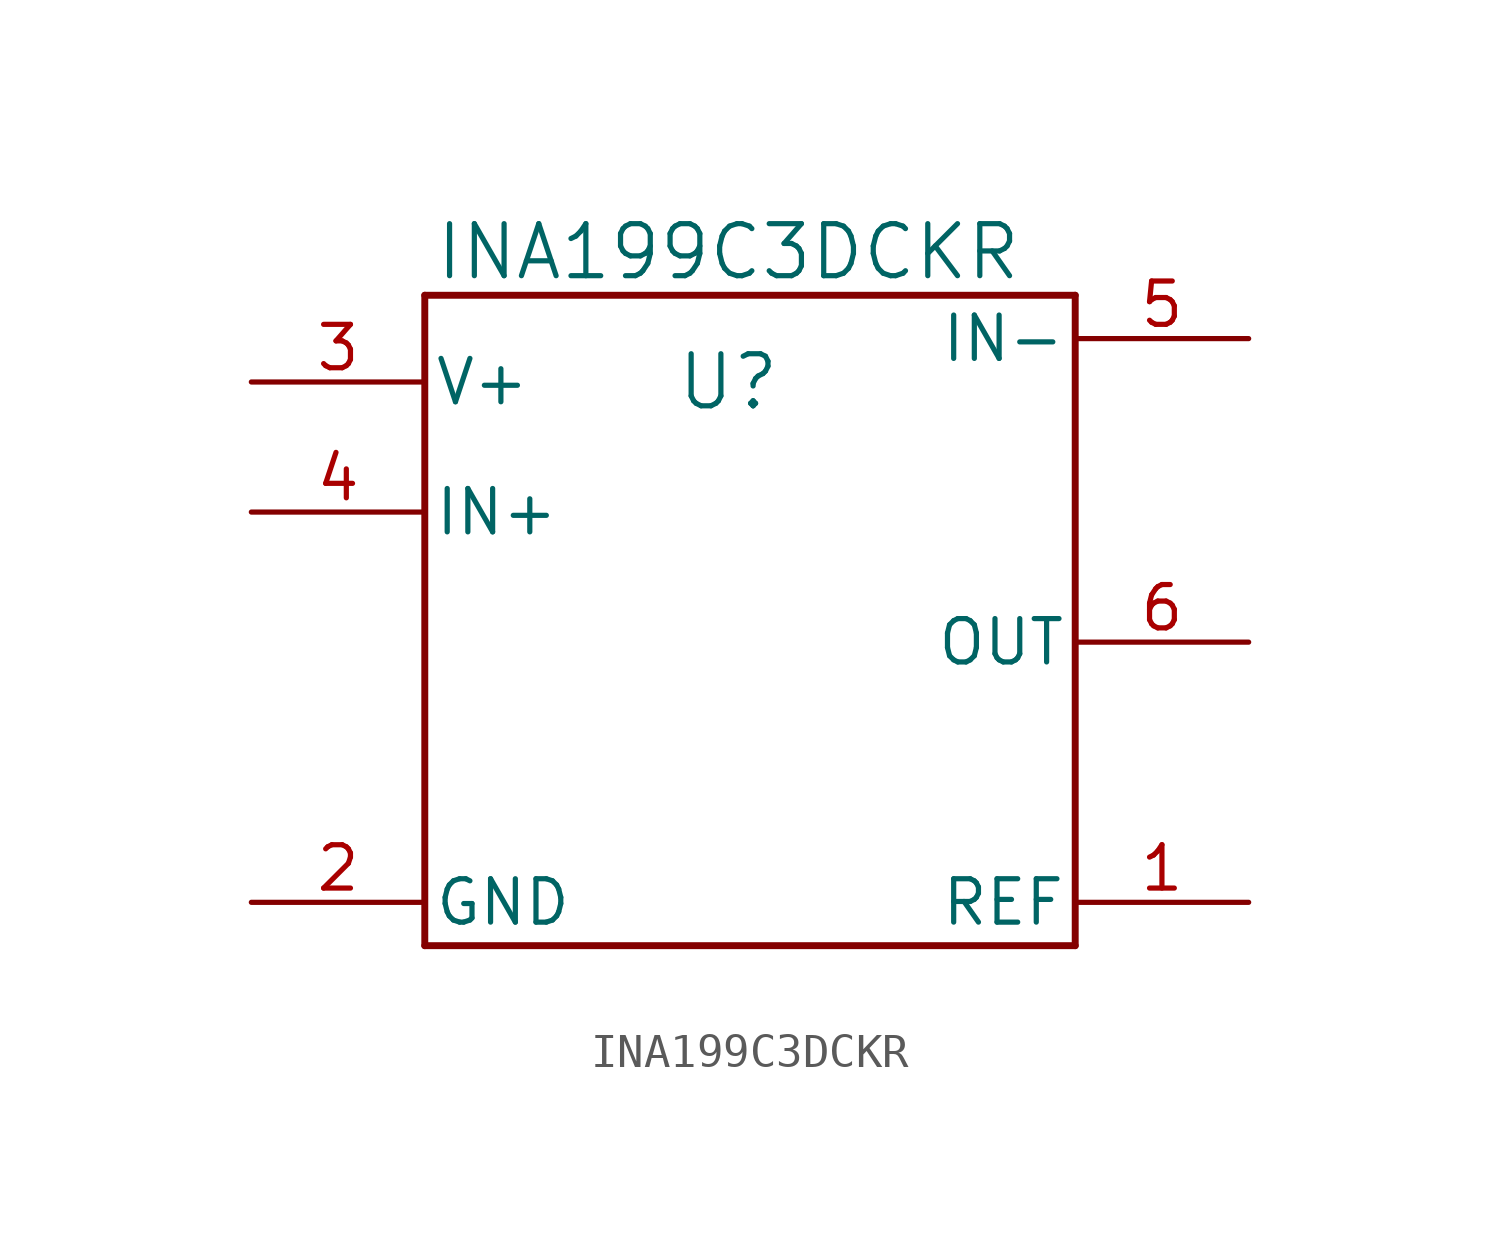
<source format=kicad_sym>
(kicad_symbol_lib
  (version 20220914)
  (generator kicad_symbol_editor)
  (symbol "INA199C3DCKR"
    (pin_names
      (offset 0.254))
    (property "Reference" "U"
      (at 29.21 38.1 0)
      (effects (font (size 1.524 1.524))))
    (property "Value" "INA199C3DCKR"
      (at 29.21 41.91 0)
      (effects (font (size 1.524 1.524))))
    (property "ki_locked" ""
      (at 0 0 0)
      (effects (font (size 1.27 1.27))))
    (symbol "INA199C3DCKR_0_1"
      (polyline (pts (xy 20.32 21.59) (xy 39.37 21.59)) (stroke (width 0.203) (type default)) (fill (type none)))
      (polyline (pts (xy 20.32 40.64) (xy 20.32 21.59)) (stroke (width 0.203) (type default)) (fill (type none)))
      (polyline (pts (xy 39.37 21.59) (xy 39.37 40.64)) (stroke (width 0.203) (type default)) (fill (type none)))
      (polyline (pts (xy 39.37 40.64) (xy 20.32 40.64)) (stroke (width 0.203) (type default)) (fill (type none)))
      (pin power_in line (at 15.24 38.1 0) (length 5.08) (name "V+" (effects (font (size 1.27 1.27)))) (number "3" (effects (font (size 1.27 1.27)))))
      (pin input line (at 15.24 34.29 0) (length 5.08) (name "IN+" (effects (font (size 1.27 1.27)))) (number "4" (effects (font (size 1.27 1.27)))))
      (pin output line (at 44.45 30.48 180) (length 5.08) (name "OUT" (effects (font (size 1.27 1.27)))) (number "6" (effects (font (size 1.27 1.27))))))
    (symbol "INA199C3DCKR_1_1"
      (pin input line (at 44.45 22.86 180) (length 5.08) (name "REF" (effects (font (size 1.27 1.27)))) (number "1" (effects (font (size 1.27 1.27)))))
      (pin power_in line (at 15.24 22.86 0) (length 5.08) (name "GND" (effects (font (size 1.27 1.27)))) (number "2" (effects (font (size 1.27 1.27)))))
      (pin input line (at 44.45 39.37 180) (length 5.08) (name "IN-" (effects (font (size 1.27 1.27)))) (number "5" (effects (font (size 1.27 1.27))))))))
</source>
